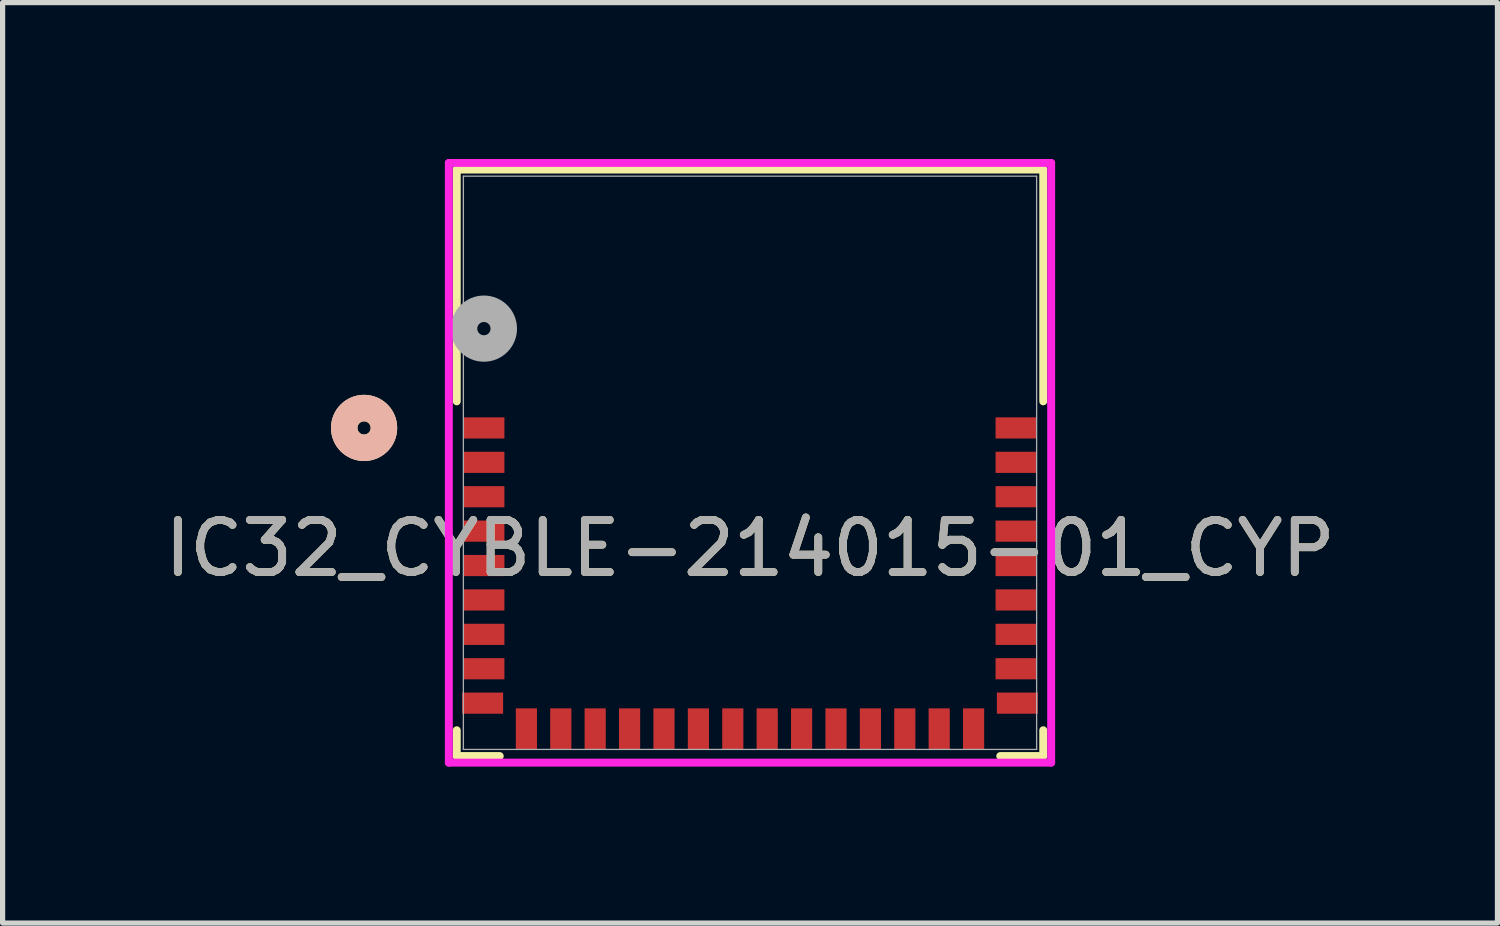
<source format=kicad_pcb>
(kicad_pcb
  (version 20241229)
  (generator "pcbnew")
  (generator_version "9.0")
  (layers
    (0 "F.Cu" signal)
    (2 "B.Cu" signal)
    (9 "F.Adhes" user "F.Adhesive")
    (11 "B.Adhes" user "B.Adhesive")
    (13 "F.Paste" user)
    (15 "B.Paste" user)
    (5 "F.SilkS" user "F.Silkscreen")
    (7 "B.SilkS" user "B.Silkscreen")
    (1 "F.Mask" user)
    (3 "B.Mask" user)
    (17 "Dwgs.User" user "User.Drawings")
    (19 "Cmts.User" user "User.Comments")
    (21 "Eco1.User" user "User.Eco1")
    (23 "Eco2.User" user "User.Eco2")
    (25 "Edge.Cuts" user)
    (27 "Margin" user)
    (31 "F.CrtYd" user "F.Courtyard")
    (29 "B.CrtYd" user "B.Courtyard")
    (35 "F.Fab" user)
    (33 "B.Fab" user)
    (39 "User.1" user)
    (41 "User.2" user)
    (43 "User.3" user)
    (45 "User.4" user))
  (footprint "IC32_CYBLE-214015-01_CYP"
    (layer "F.Cu")
    (at 11.339 5.829)
    (property "Reference" "IC32_CYBLE-214015-01_CYP" (at 0 1.641 0) (unlocked yes) (layer "F.SilkS") (effects (font (size 1 1) (thickness 0.15))))
    (attr smd)
    (fp_line (start -5.626 -5.626) (end -5.626 -1.179) (stroke (width 0.152) (type solid)) (layer "F.SilkS"))
    (fp_line (start -5.626 5.131) (end -5.626 5.626) (stroke (width 0.152) (type solid)) (layer "F.SilkS"))
    (fp_line (start -5.626 5.626) (end -4.801 5.626) (stroke (width 0.152) (type solid)) (layer "F.SilkS"))
    (fp_line (start 4.801 5.626) (end 5.626 5.626) (stroke (width 0.152) (type solid)) (layer "F.SilkS"))
    (fp_line (start 5.626 -5.626) (end -5.626 -5.626) (stroke (width 0.152) (type solid)) (layer "F.SilkS"))
    (fp_line (start 5.626 -1.179) (end 5.626 -5.626) (stroke (width 0.152) (type solid)) (layer "F.SilkS"))
    (fp_line (start 5.626 5.626) (end 5.626 5.131) (stroke (width 0.152) (type solid)) (layer "F.SilkS"))
    (fp_circle (center -7.404 -0.669) (end -7.023 -0.669) (stroke (width 0.508) (type solid)) (fill no) (layer "F.SilkS"))
    (fp_circle (center -7.404 -0.669) (end -7.023 -0.669) (stroke (width 0.508) (type solid)) (fill no) (layer "B.SilkS"))
    (fp_line (start -5.778 -5.753) (end -5.778 5.753) (stroke (width 0.152) (type solid)) (layer "F.CrtYd"))
    (fp_line (start -5.778 5.753) (end 5.778 5.753) (stroke (width 0.152) (type solid)) (layer "F.CrtYd"))
    (fp_line (start 5.778 -5.753) (end -5.778 -5.753) (stroke (width 0.152) (type solid)) (layer "F.CrtYd"))
    (fp_line (start 5.778 5.753) (end 5.778 -5.753) (stroke (width 0.152) (type solid)) (layer "F.CrtYd"))
    (fp_line (start -5.499 -5.499) (end -5.499 5.499) (stroke (width 0.025) (type solid)) (layer "F.Fab"))
    (fp_line (start -5.499 5.499) (end 5.499 5.499) (stroke (width 0.025) (type solid)) (layer "F.Fab"))
    (fp_line (start 5.499 -5.499) (end -5.499 -5.499) (stroke (width 0.025) (type solid)) (layer "F.Fab"))
    (fp_line (start 5.499 5.499) (end 5.499 -5.499) (stroke (width 0.025) (type solid)) (layer "F.Fab"))
    (fp_circle (center -5.105 -2.574) (end -4.724 -2.574) (stroke (width 0.508) (type solid)) (fill no) (layer "F.Fab"))
    (fp_text user "${REFERENCE}" (at 0 1.641 0) (unlocked yes) (layer "F.Fab") (effects (font (size 1 1) (thickness 0.15))))
    (pad "1" smd rect (at -5.105 -0.669) (size 0.787 0.406) (layers "F.Cu" "F.Mask" "F.Paste"))
    (pad "2" smd rect (at -5.105 -0.009) (size 0.787 0.406) (layers "F.Cu" "F.Mask" "F.Paste"))
    (pad "3" smd rect (at -5.105 0.651) (size 0.787 0.406) (layers "F.Cu" "F.Mask" "F.Paste"))
    (pad "4" smd rect (at -5.105 1.311) (size 0.787 0.406) (layers "F.Cu" "F.Mask" "F.Paste"))
    (pad "5" smd rect (at -5.105 1.971) (size 0.787 0.406) (layers "F.Cu" "F.Mask" "F.Paste"))
    (pad "6" smd rect (at -5.105 2.631) (size 0.787 0.406) (layers "F.Cu" "F.Mask" "F.Paste"))
    (pad "7" smd rect (at -5.105 3.291) (size 0.787 0.406) (layers "F.Cu" "F.Mask" "F.Paste"))
    (pad "8" smd rect (at -5.105 3.951) (size 0.787 0.406) (layers "F.Cu" "F.Mask" "F.Paste"))
    (pad "9" smd rect (at -5.13 4.611) (size 0.787 0.406) (layers "F.Cu" "F.Mask" "F.Paste"))
    (pad "10" smd rect (at -4.29 5.105) (size 0.406 0.787) (layers "F.Cu" "F.Mask" "F.Paste"))
    (pad "11" smd rect (at -3.63 5.105) (size 0.406 0.787) (layers "F.Cu" "F.Mask" "F.Paste"))
    (pad "12" smd rect (at -2.97 5.105) (size 0.406 0.787) (layers "F.Cu" "F.Mask" "F.Paste"))
    (pad "13" smd rect (at -2.31 5.105) (size 0.406 0.787) (layers "F.Cu" "F.Mask" "F.Paste"))
    (pad "14" smd rect (at -1.65 5.105) (size 0.406 0.787) (layers "F.Cu" "F.Mask" "F.Paste"))
    (pad "15" smd rect (at -0.99 5.105) (size 0.406 0.787) (layers "F.Cu" "F.Mask" "F.Paste"))
    (pad "16" smd rect (at -0.33 5.105) (size 0.406 0.787) (layers "F.Cu" "F.Mask" "F.Paste"))
    (pad "17" smd rect (at 0.33 5.105) (size 0.406 0.787) (layers "F.Cu" "F.Mask" "F.Paste"))
    (pad "18" smd rect (at 0.99 5.105) (size 0.406 0.787) (layers "F.Cu" "F.Mask" "F.Paste"))
    (pad "19" smd rect (at 1.65 5.105) (size 0.406 0.787) (layers "F.Cu" "F.Mask" "F.Paste"))
    (pad "20" smd rect (at 2.31 5.105) (size 0.406 0.787) (layers "F.Cu" "F.Mask" "F.Paste"))
    (pad "21" smd rect (at 2.97 5.105) (size 0.406 0.787) (layers "F.Cu" "F.Mask" "F.Paste"))
    (pad "22" smd rect (at 3.63 5.105) (size 0.406 0.787) (layers "F.Cu" "F.Mask" "F.Paste"))
    (pad "23" smd rect (at 4.29 5.105) (size 0.406 0.787) (layers "F.Cu" "F.Mask" "F.Paste"))
    (pad "24" smd rect (at 5.13 4.611) (size 0.787 0.406) (layers "F.Cu" "F.Mask" "F.Paste"))
    (pad "25" smd rect (at 5.105 3.951) (size 0.787 0.406) (layers "F.Cu" "F.Mask" "F.Paste"))
    (pad "26" smd rect (at 5.105 3.291) (size 0.787 0.406) (layers "F.Cu" "F.Mask" "F.Paste"))
    (pad "27" smd rect (at 5.105 2.631) (size 0.787 0.406) (layers "F.Cu" "F.Mask" "F.Paste"))
    (pad "28" smd rect (at 5.105 1.971) (size 0.787 0.406) (layers "F.Cu" "F.Mask" "F.Paste"))
    (pad "29" smd rect (at 5.105 1.311) (size 0.787 0.406) (layers "F.Cu" "F.Mask" "F.Paste"))
    (pad "30" smd rect (at 5.105 0.651) (size 0.787 0.406) (layers "F.Cu" "F.Mask" "F.Paste"))
    (pad "31" smd rect (at 5.105 -0.009) (size 0.787 0.406) (layers "F.Cu" "F.Mask" "F.Paste"))
    (pad "32" smd rect (at 5.105 -0.669) (size 0.787 0.406) (layers "F.Cu" "F.Mask" "F.Paste")))
  (gr_rect
    (start -3 -3)
    (end 25.679 14.659)
    (stroke (width 0.1) (type default))
    (fill no)
    (layer "Edge.Cuts")))
</source>
